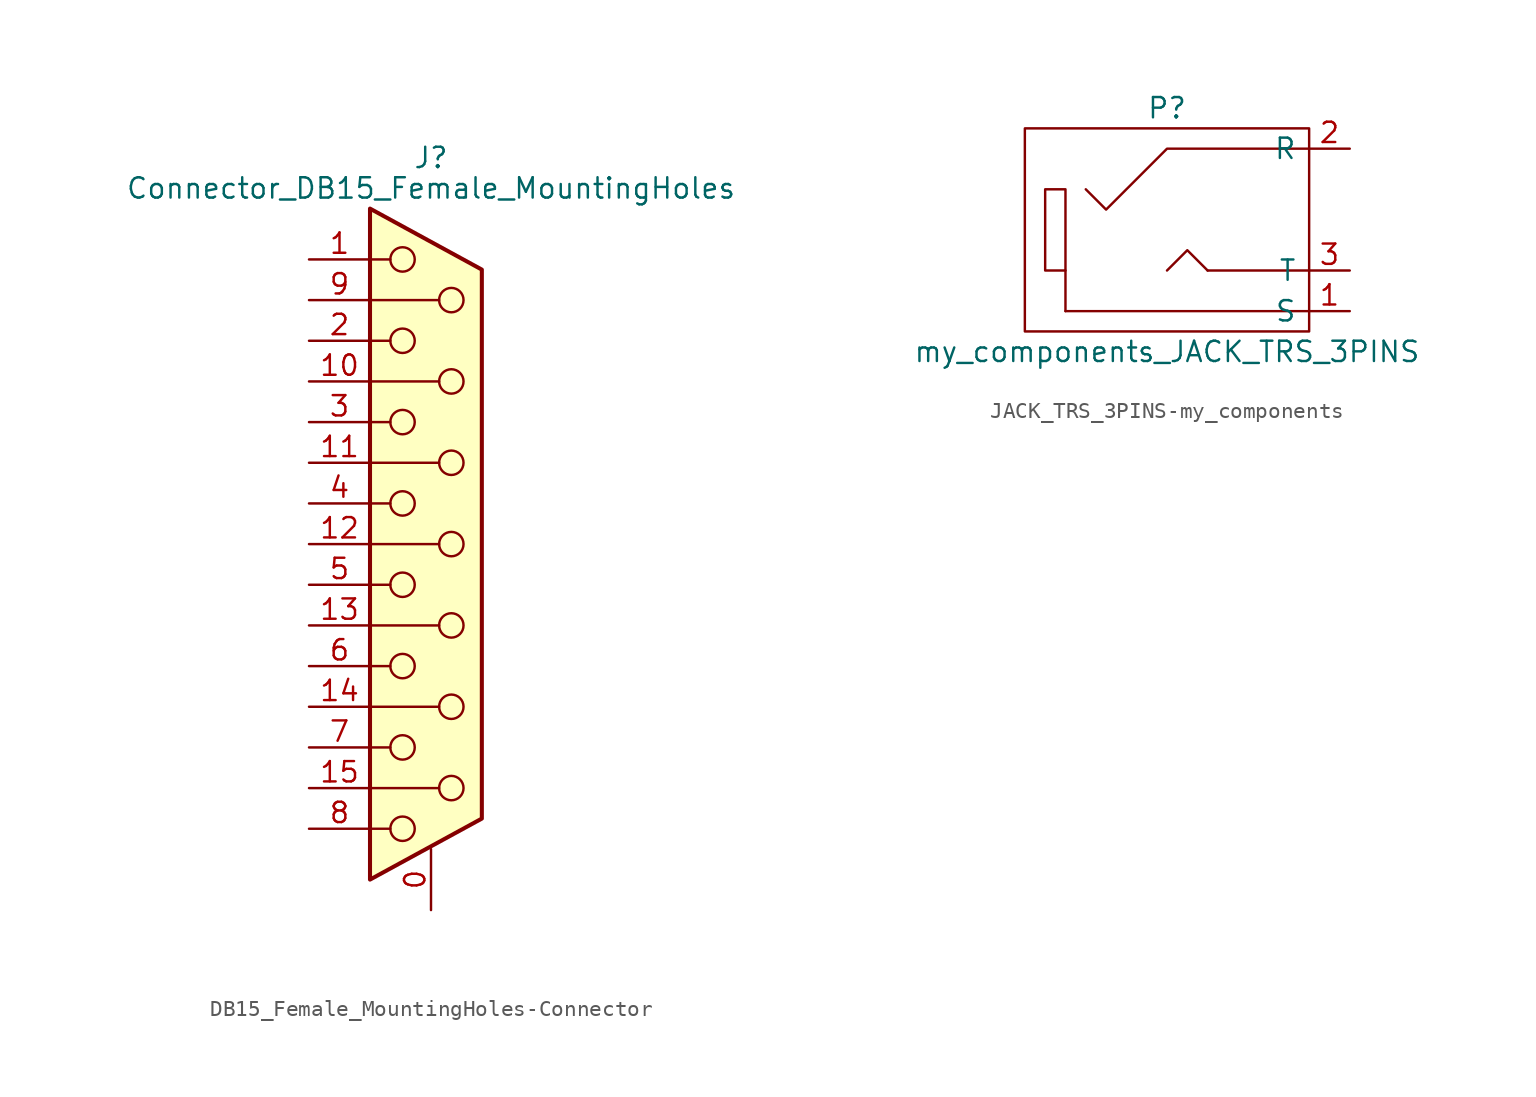
<source format=kicad_sym>
(kicad_symbol_lib
  (version 20220914)
  (generator kicad_symbol_editor)
  (symbol "DB15_Female_MountingHoles-Connector"
    (pin_names
      (offset 1.016) hide)
    (property "Reference" "J"
      (at 0 24.13 0)
      (effects (font (size 1.27 1.27))))
    (property "Value" "Connector_DB15_Female_MountingHoles"
      (at 0 22.225 0)
      (effects (font (size 1.27 1.27))))
    (symbol "DB15_Female_MountingHoles-Connector_0_1"
      (circle (center -1.778 -17.78) (radius 0.762) (stroke (width 0) (type solid)) (fill (type none)))
      (circle (center -1.778 -12.7) (radius 0.762) (stroke (width 0) (type solid)) (fill (type none)))
      (circle (center -1.778 -7.62) (radius 0.762) (stroke (width 0) (type solid)) (fill (type none)))
      (circle (center -1.778 -2.54) (radius 0.762) (stroke (width 0) (type solid)) (fill (type none)))
      (circle (center -1.778 2.54) (radius 0.762) (stroke (width 0) (type solid)) (fill (type none)))
      (circle (center -1.778 7.62) (radius 0.762) (stroke (width 0) (type solid)) (fill (type none)))
      (circle (center -1.778 12.7) (radius 0.762) (stroke (width 0) (type solid)) (fill (type none)))
      (circle (center -1.778 17.78) (radius 0.762) (stroke (width 0) (type solid)) (fill (type none)))
      (polyline (pts (xy -3.81 -17.78) (xy -2.54 -17.78)) (stroke (width 0) (type solid)) (fill (type none)))
      (polyline (pts (xy -3.81 -15.24) (xy 0.508 -15.24)) (stroke (width 0) (type solid)) (fill (type none)))
      (polyline (pts (xy -3.81 -12.7) (xy -2.54 -12.7)) (stroke (width 0) (type solid)) (fill (type none)))
      (polyline (pts (xy -3.81 -10.16) (xy 0.508 -10.16)) (stroke (width 0) (type solid)) (fill (type none)))
      (polyline (pts (xy -3.81 -7.62) (xy -2.54 -7.62)) (stroke (width 0) (type solid)) (fill (type none)))
      (polyline (pts (xy -3.81 -5.08) (xy 0.508 -5.08)) (stroke (width 0) (type solid)) (fill (type none)))
      (polyline (pts (xy -3.81 -2.54) (xy -2.54 -2.54)) (stroke (width 0) (type solid)) (fill (type none)))
      (polyline (pts (xy -3.81 0) (xy 0.508 0)) (stroke (width 0) (type solid)) (fill (type none)))
      (polyline (pts (xy -3.81 2.54) (xy -2.54 2.54)) (stroke (width 0) (type solid)) (fill (type none)))
      (polyline (pts (xy -3.81 5.08) (xy 0.508 5.08)) (stroke (width 0) (type solid)) (fill (type none)))
      (polyline (pts (xy -3.81 7.62) (xy -2.54 7.62)) (stroke (width 0) (type solid)) (fill (type none)))
      (polyline (pts (xy -3.81 10.16) (xy 0.508 10.16)) (stroke (width 0) (type solid)) (fill (type none)))
      (polyline (pts (xy -3.81 12.7) (xy -2.54 12.7)) (stroke (width 0) (type solid)) (fill (type none)))
      (polyline (pts (xy -3.81 15.24) (xy 0.508 15.24)) (stroke (width 0) (type solid)) (fill (type none)))
      (polyline (pts (xy -3.81 17.78) (xy -2.54 17.78)) (stroke (width 0) (type solid)) (fill (type none)))
      (polyline (pts (xy -3.81 20.955) (xy 3.175 17.145) (xy 3.175 -17.145) (xy -3.81 -20.955) (xy -3.81 20.955)) (stroke (width 0.254) (type solid)) (fill (type background)))
      (circle (center 1.27 -15.24) (radius 0.762) (stroke (width 0) (type solid)) (fill (type none)))
      (circle (center 1.27 -10.16) (radius 0.762) (stroke (width 0) (type solid)) (fill (type none)))
      (circle (center 1.27 -5.08) (radius 0.762) (stroke (width 0) (type solid)) (fill (type none)))
      (circle (center 1.27 0) (radius 0.762) (stroke (width 0) (type solid)) (fill (type none)))
      (circle (center 1.27 5.08) (radius 0.762) (stroke (width 0) (type solid)) (fill (type none)))
      (circle (center 1.27 10.16) (radius 0.762) (stroke (width 0) (type solid)) (fill (type none)))
      (circle (center 1.27 15.24) (radius 0.762) (stroke (width 0) (type solid)) (fill (type none))))
    (symbol "DB15_Female_MountingHoles-Connector_1_1"
      (pin passive line (at 0 -22.86 90) (length 3.81) (name "PAD" (effects (font (size 1.27 1.27)))) (number "0" (effects (font (size 1.27 1.27)))))
      (pin passive line (at -7.62 17.78 0) (length 3.81) (name "1" (effects (font (size 1.27 1.27)))) (number "1" (effects (font (size 1.27 1.27)))))
      (pin passive line (at -7.62 10.16 0) (length 3.81) (name "P10" (effects (font (size 1.27 1.27)))) (number "10" (effects (font (size 1.27 1.27)))))
      (pin passive line (at -7.62 5.08 0) (length 3.81) (name "P111" (effects (font (size 1.27 1.27)))) (number "11" (effects (font (size 1.27 1.27)))))
      (pin passive line (at -7.62 0 0) (length 3.81) (name "P12" (effects (font (size 1.27 1.27)))) (number "12" (effects (font (size 1.27 1.27)))))
      (pin passive line (at -7.62 -5.08 0) (length 3.81) (name "P13" (effects (font (size 1.27 1.27)))) (number "13" (effects (font (size 1.27 1.27)))))
      (pin passive line (at -7.62 -10.16 0) (length 3.81) (name "P14" (effects (font (size 1.27 1.27)))) (number "14" (effects (font (size 1.27 1.27)))))
      (pin passive line (at -7.62 -15.24 0) (length 3.81) (name "P15" (effects (font (size 1.27 1.27)))) (number "15" (effects (font (size 1.27 1.27)))))
      (pin passive line (at -7.62 12.7 0) (length 3.81) (name "2" (effects (font (size 1.27 1.27)))) (number "2" (effects (font (size 1.27 1.27)))))
      (pin passive line (at -7.62 7.62 0) (length 3.81) (name "3" (effects (font (size 1.27 1.27)))) (number "3" (effects (font (size 1.27 1.27)))))
      (pin passive line (at -7.62 2.54 0) (length 3.81) (name "4" (effects (font (size 1.27 1.27)))) (number "4" (effects (font (size 1.27 1.27)))))
      (pin passive line (at -7.62 -2.54 0) (length 3.81) (name "5" (effects (font (size 1.27 1.27)))) (number "5" (effects (font (size 1.27 1.27)))))
      (pin passive line (at -7.62 -7.62 0) (length 3.81) (name "6" (effects (font (size 1.27 1.27)))) (number "6" (effects (font (size 1.27 1.27)))))
      (pin passive line (at -7.62 -12.7 0) (length 3.81) (name "7" (effects (font (size 1.27 1.27)))) (number "7" (effects (font (size 1.27 1.27)))))
      (pin passive line (at -7.62 -17.78 0) (length 3.81) (name "8" (effects (font (size 1.27 1.27)))) (number "8" (effects (font (size 1.27 1.27)))))
      (pin passive line (at -7.62 15.24 0) (length 3.81) (name "P9" (effects (font (size 1.27 1.27)))) (number "9" (effects (font (size 1.27 1.27)))))))
  (symbol "JACK_TRS_3PINS-my_components"
    (pin_names
      (offset 0.762))
    (property "Reference" "P"
      (at 0 7.62 0)
      (effects (font (size 1.27 1.27))))
    (property "Value" "my_components_JACK_TRS_3PINS"
      (at 0 -7.62 0)
      (effects (font (size 1.27 1.27))))
    (property "Footprint" ""
      (at 3.81 3.81 0)
      (effects (font (size 1.27 1.27))))
    (property "Datasheet" ""
      (at 3.81 3.81 0)
      (effects (font (size 1.27 1.27))))
    (symbol "JACK_TRS_3PINS-my_components_0_0"
      (polyline (pts (xy -5.08 2.54) (xy -3.81 1.27) (xy 0 5.08) (xy 8.89 5.08)) (stroke (width 0) (type solid)) (fill (type none))))
    (symbol "JACK_TRS_3PINS-my_components_0_1"
      (rectangle (start -7.62 2.54) (end -6.35 -2.54) (stroke (width 0) (type solid)) (fill (type none)))
      (polyline (pts (xy -6.35 -5.08) (xy -6.35 -2.54)) (stroke (width 0) (type solid)) (fill (type none)))
      (polyline (pts (xy 2.54 -2.54) (xy 8.89 -2.54)) (stroke (width 0) (type solid)) (fill (type none)))
      (polyline (pts (xy 8.89 -5.08) (xy -6.35 -5.08)) (stroke (width 0) (type solid)) (fill (type none)))
      (polyline (pts (xy 2.54 -2.54) (xy 1.27 -1.27) (xy 0 -2.54) (xy 0 -2.54)) (stroke (width 0) (type solid)) (fill (type none)))
      (rectangle (start 8.89 6.35) (end -8.89 -6.35) (stroke (width 0) (type solid)) (fill (type none))))
    (symbol "JACK_TRS_3PINS-my_components_1_1"
      (pin passive line (at 11.43 -5.08 180) (length 2.54) (name "S" (effects (font (size 1.27 1.27)))) (number "1" (effects (font (size 1.27 1.27)))))
      (pin passive line (at 11.43 5.08 180) (length 2.54) (name "R" (effects (font (size 1.27 1.27)))) (number "2" (effects (font (size 1.27 1.27)))))
      (pin passive line (at 11.43 -2.54 180) (length 2.54) (name "T" (effects (font (size 1.27 1.27)))) (number "3" (effects (font (size 1.27 1.27))))))))
</source>
